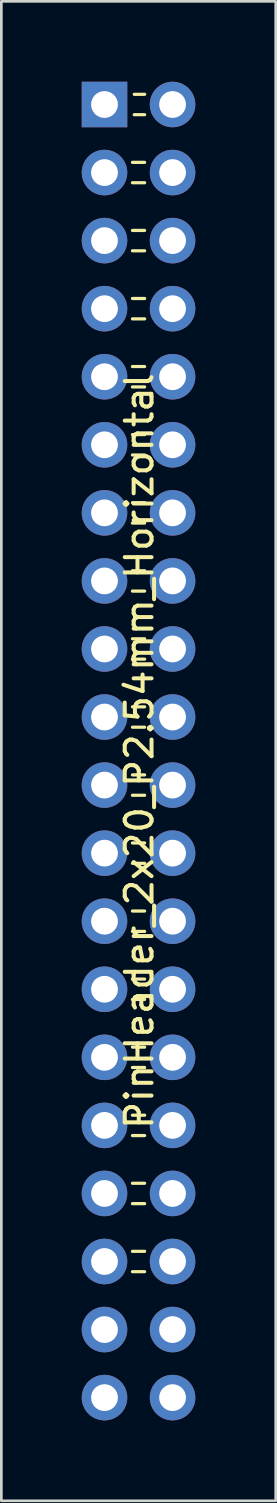
<source format=kicad_pcb>
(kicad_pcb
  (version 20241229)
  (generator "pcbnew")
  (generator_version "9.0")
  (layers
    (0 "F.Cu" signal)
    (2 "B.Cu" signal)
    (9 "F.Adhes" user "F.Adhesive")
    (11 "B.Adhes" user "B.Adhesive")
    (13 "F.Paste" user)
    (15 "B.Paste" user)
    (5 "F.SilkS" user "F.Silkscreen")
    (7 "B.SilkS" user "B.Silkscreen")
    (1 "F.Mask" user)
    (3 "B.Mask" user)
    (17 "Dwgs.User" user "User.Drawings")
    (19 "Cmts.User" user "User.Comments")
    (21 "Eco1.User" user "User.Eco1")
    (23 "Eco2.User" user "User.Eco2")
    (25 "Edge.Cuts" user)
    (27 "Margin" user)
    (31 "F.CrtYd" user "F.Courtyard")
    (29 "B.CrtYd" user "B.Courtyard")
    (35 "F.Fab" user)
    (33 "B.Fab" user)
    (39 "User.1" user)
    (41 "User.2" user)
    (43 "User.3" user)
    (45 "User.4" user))
  (footprint "PinHeader_2x20_P2.54mm_Horizontal"
    (layer "F.Cu")
    (at 2.15 24.95)
    (property "Reference" "PinHeader_2x20_P2.54mm_Horizontal" (at 0 0.03 90) (layer "F.SilkS") (effects (font (size 1 1) (thickness 0.15))))
    (attr through_hole)
    (fp_line (start -0.257 -21.94) (end 0.197 -21.94) (stroke (width 0.12) (type solid)) (layer "F.SilkS"))
    (fp_line (start -0.257 -21.18) (end 0.197 -21.18) (stroke (width 0.12) (type solid)) (layer "F.SilkS"))
    (fp_line (start -0.257 -19.4) (end 0.197 -19.4) (stroke (width 0.12) (type solid)) (layer "F.SilkS"))
    (fp_line (start -0.257 -18.64) (end 0.197 -18.64) (stroke (width 0.12) (type solid)) (layer "F.SilkS"))
    (fp_line (start -0.257 -16.86) (end 0.197 -16.86) (stroke (width 0.12) (type solid)) (layer "F.SilkS"))
    (fp_line (start -0.257 -16.1) (end 0.197 -16.1) (stroke (width 0.12) (type solid)) (layer "F.SilkS"))
    (fp_line (start -0.257 -14.32) (end 0.197 -14.32) (stroke (width 0.12) (type solid)) (layer "F.SilkS"))
    (fp_line (start -0.257 -13.56) (end 0.197 -13.56) (stroke (width 0.12) (type solid)) (layer "F.SilkS"))
    (fp_line (start -0.257 -11.78) (end 0.197 -11.78) (stroke (width 0.12) (type solid)) (layer "F.SilkS"))
    (fp_line (start -0.257 -11.02) (end 0.197 -11.02) (stroke (width 0.12) (type solid)) (layer "F.SilkS"))
    (fp_line (start -0.257 -9.24) (end 0.197 -9.24) (stroke (width 0.12) (type solid)) (layer "F.SilkS"))
    (fp_line (start -0.257 -8.48) (end 0.197 -8.48) (stroke (width 0.12) (type solid)) (layer "F.SilkS"))
    (fp_line (start -0.257 -6.7) (end 0.197 -6.7) (stroke (width 0.12) (type solid)) (layer "F.SilkS"))
    (fp_line (start -0.257 -5.94) (end 0.197 -5.94) (stroke (width 0.12) (type solid)) (layer "F.SilkS"))
    (fp_line (start -0.257 -4.16) (end 0.197 -4.16) (stroke (width 0.12) (type solid)) (layer "F.SilkS"))
    (fp_line (start -0.257 -3.4) (end 0.197 -3.4) (stroke (width 0.12) (type solid)) (layer "F.SilkS"))
    (fp_line (start -0.257 -1.62) (end 0.197 -1.62) (stroke (width 0.12) (type solid)) (layer "F.SilkS"))
    (fp_line (start -0.257 -0.86) (end 0.197 -0.86) (stroke (width 0.12) (type solid)) (layer "F.SilkS"))
    (fp_line (start -0.257 0.92) (end 0.197 0.92) (stroke (width 0.12) (type solid)) (layer "F.SilkS"))
    (fp_line (start -0.257 1.68) (end 0.197 1.68) (stroke (width 0.12) (type solid)) (layer "F.SilkS"))
    (fp_line (start -0.257 3.46) (end 0.197 3.46) (stroke (width 0.12) (type solid)) (layer "F.SilkS"))
    (fp_line (start -0.257 4.22) (end 0.197 4.22) (stroke (width 0.12) (type solid)) (layer "F.SilkS"))
    (fp_line (start -0.257 6) (end 0.197 6) (stroke (width 0.12) (type solid)) (layer "F.SilkS"))
    (fp_line (start -0.257 6.76) (end 0.197 6.76) (stroke (width 0.12) (type solid)) (layer "F.SilkS"))
    (fp_line (start -0.257 8.54) (end 0.197 8.54) (stroke (width 0.12) (type solid)) (layer "F.SilkS"))
    (fp_line (start -0.257 9.3) (end 0.197 9.3) (stroke (width 0.12) (type solid)) (layer "F.SilkS"))
    (fp_line (start -0.257 11.08) (end 0.197 11.08) (stroke (width 0.12) (type solid)) (layer "F.SilkS"))
    (fp_line (start -0.257 11.84) (end 0.197 11.84) (stroke (width 0.12) (type solid)) (layer "F.SilkS"))
    (fp_line (start -0.257 13.62) (end 0.197 13.62) (stroke (width 0.12) (type solid)) (layer "F.SilkS"))
    (fp_line (start -0.257 14.38) (end 0.197 14.38) (stroke (width 0.12) (type solid)) (layer "F.SilkS"))
    (fp_line (start -0.257 16.16) (end 0.197 16.16) (stroke (width 0.12) (type solid)) (layer "F.SilkS"))
    (fp_line (start -0.257 16.92) (end 0.197 16.92) (stroke (width 0.12) (type solid)) (layer "F.SilkS"))
    (fp_line (start -0.257 18.7) (end 0.197 18.7) (stroke (width 0.12) (type solid)) (layer "F.SilkS"))
    (fp_line (start -0.257 19.46) (end 0.197 19.46) (stroke (width 0.12) (type solid)) (layer "F.SilkS"))
    (fp_line (start -0.19 -24.48) (end 0.197 -24.48) (stroke (width 0.12) (type solid)) (layer "F.SilkS"))
    (fp_line (start -0.19 -23.72) (end 0.197 -23.72) (stroke (width 0.12) (type solid)) (layer "F.SilkS"))
    (fp_line (start -1.62 -24.42) (end -1.62 -23.78) (stroke (width 0.1) (type solid)) (layer "F.Fab"))
    (fp_line (start -1.62 -21.88) (end -1.62 -21.24) (stroke (width 0.1) (type solid)) (layer "F.Fab"))
    (fp_line (start -1.62 -19.34) (end -1.62 -18.7) (stroke (width 0.1) (type solid)) (layer "F.Fab"))
    (fp_line (start -1.62 -16.8) (end -1.62 -16.16) (stroke (width 0.1) (type solid)) (layer "F.Fab"))
    (fp_line (start -1.62 -14.26) (end -1.62 -13.62) (stroke (width 0.1) (type solid)) (layer "F.Fab"))
    (fp_line (start -1.62 -11.72) (end -1.62 -11.08) (stroke (width 0.1) (type solid)) (layer "F.Fab"))
    (fp_line (start -1.62 -9.18) (end -1.62 -8.54) (stroke (width 0.1) (type solid)) (layer "F.Fab"))
    (fp_line (start -1.62 -6.64) (end -1.62 -6) (stroke (width 0.1) (type solid)) (layer "F.Fab"))
    (fp_line (start -1.62 -4.1) (end -1.62 -3.46) (stroke (width 0.1) (type solid)) (layer "F.Fab"))
    (fp_line (start -1.62 -1.56) (end -1.62 -0.92) (stroke (width 0.1) (type solid)) (layer "F.Fab"))
    (fp_line (start -1.62 0.98) (end -1.62 1.62) (stroke (width 0.1) (type solid)) (layer "F.Fab"))
    (fp_line (start -1.62 3.52) (end -1.62 4.16) (stroke (width 0.1) (type solid)) (layer "F.Fab"))
    (fp_line (start -1.62 6.06) (end -1.62 6.7) (stroke (width 0.1) (type solid)) (layer "F.Fab"))
    (fp_line (start -1.62 8.6) (end -1.62 9.24) (stroke (width 0.1) (type solid)) (layer "F.Fab"))
    (fp_line (start -1.62 11.14) (end -1.62 11.78) (stroke (width 0.1) (type solid)) (layer "F.Fab"))
    (fp_line (start -1.62 13.68) (end -1.62 14.32) (stroke (width 0.1) (type solid)) (layer "F.Fab"))
    (fp_line (start -1.62 16.22) (end -1.62 16.86) (stroke (width 0.1) (type solid)) (layer "F.Fab"))
    (fp_line (start -1.62 18.76) (end -1.62 19.4) (stroke (width 0.1) (type solid)) (layer "F.Fab"))
    (fp_line (start -1.62 21.3) (end -1.62 21.94) (stroke (width 0.1) (type solid)) (layer "F.Fab"))
    (fp_line (start -1.62 23.84) (end -1.62 24.48) (stroke (width 0.1) (type solid)) (layer "F.Fab"))
    (pad "1" thru_hole rect (at -1.3 -24.1) (size 1.7 1.7) (drill 1) (layers "*.Cu" "*.Mask"))
    (pad "2" thru_hole oval (at 1.24 -24.1) (size 1.7 1.7) (drill 1) (layers "*.Cu" "*.Mask"))
    (pad "3" thru_hole oval (at -1.3 -21.56) (size 1.7 1.7) (drill 1) (layers "*.Cu" "*.Mask"))
    (pad "4" thru_hole oval (at 1.24 -21.56) (size 1.7 1.7) (drill 1) (layers "*.Cu" "*.Mask"))
    (pad "5" thru_hole oval (at -1.3 -19.02) (size 1.7 1.7) (drill 1) (layers "*.Cu" "*.Mask"))
    (pad "6" thru_hole oval (at 1.24 -19.02) (size 1.7 1.7) (drill 1) (layers "*.Cu" "*.Mask"))
    (pad "7" thru_hole oval (at -1.3 -16.48) (size 1.7 1.7) (drill 1) (layers "*.Cu" "*.Mask"))
    (pad "8" thru_hole oval (at 1.24 -16.48) (size 1.7 1.7) (drill 1) (layers "*.Cu" "*.Mask"))
    (pad "9" thru_hole oval (at -1.3 -13.94) (size 1.7 1.7) (drill 1) (layers "*.Cu" "*.Mask"))
    (pad "10" thru_hole oval (at 1.24 -13.94) (size 1.7 1.7) (drill 1) (layers "*.Cu" "*.Mask"))
    (pad "11" thru_hole oval (at -1.3 -11.4) (size 1.7 1.7) (drill 1) (layers "*.Cu" "*.Mask"))
    (pad "12" thru_hole oval (at 1.24 -11.4) (size 1.7 1.7) (drill 1) (layers "*.Cu" "*.Mask"))
    (pad "13" thru_hole oval (at -1.3 -8.86) (size 1.7 1.7) (drill 1) (layers "*.Cu" "*.Mask"))
    (pad "14" thru_hole oval (at 1.24 -8.86) (size 1.7 1.7) (drill 1) (layers "*.Cu" "*.Mask"))
    (pad "15" thru_hole oval (at -1.3 -6.32) (size 1.7 1.7) (drill 1) (layers "*.Cu" "*.Mask"))
    (pad "16" thru_hole oval (at 1.24 -6.32) (size 1.7 1.7) (drill 1) (layers "*.Cu" "*.Mask"))
    (pad "17" thru_hole oval (at -1.3 -3.78) (size 1.7 1.7) (drill 1) (layers "*.Cu" "*.Mask"))
    (pad "18" thru_hole oval (at 1.24 -3.78) (size 1.7 1.7) (drill 1) (layers "*.Cu" "*.Mask"))
    (pad "19" thru_hole oval (at -1.3 -1.24) (size 1.7 1.7) (drill 1) (layers "*.Cu" "*.Mask"))
    (pad "20" thru_hole oval (at 1.24 -1.24) (size 1.7 1.7) (drill 1) (layers "*.Cu" "*.Mask"))
    (pad "21" thru_hole oval (at -1.3 1.3) (size 1.7 1.7) (drill 1) (layers "*.Cu" "*.Mask"))
    (pad "22" thru_hole oval (at 1.24 1.3) (size 1.7 1.7) (drill 1) (layers "*.Cu" "*.Mask"))
    (pad "23" thru_hole oval (at -1.3 3.84) (size 1.7 1.7) (drill 1) (layers "*.Cu" "*.Mask"))
    (pad "24" thru_hole oval (at 1.24 3.84) (size 1.7 1.7) (drill 1) (layers "*.Cu" "*.Mask"))
    (pad "25" thru_hole oval (at -1.3 6.38) (size 1.7 1.7) (drill 1) (layers "*.Cu" "*.Mask"))
    (pad "26" thru_hole oval (at 1.24 6.38) (size 1.7 1.7) (drill 1) (layers "*.Cu" "*.Mask"))
    (pad "27" thru_hole oval (at -1.3 8.92) (size 1.7 1.7) (drill 1) (layers "*.Cu" "*.Mask"))
    (pad "28" thru_hole oval (at 1.24 8.92) (size 1.7 1.7) (drill 1) (layers "*.Cu" "*.Mask"))
    (pad "29" thru_hole oval (at -1.3 11.46) (size 1.7 1.7) (drill 1) (layers "*.Cu" "*.Mask"))
    (pad "30" thru_hole oval (at 1.24 11.46) (size 1.7 1.7) (drill 1) (layers "*.Cu" "*.Mask"))
    (pad "31" thru_hole oval (at -1.3 14) (size 1.7 1.7) (drill 1) (layers "*.Cu" "*.Mask"))
    (pad "32" thru_hole oval (at 1.24 14) (size 1.7 1.7) (drill 1) (layers "*.Cu" "*.Mask"))
    (pad "33" thru_hole oval (at -1.3 16.54) (size 1.7 1.7) (drill 1) (layers "*.Cu" "*.Mask"))
    (pad "34" thru_hole oval (at 1.24 16.54) (size 1.7 1.7) (drill 1) (layers "*.Cu" "*.Mask"))
    (pad "35" thru_hole oval (at -1.3 19.08) (size 1.7 1.7) (drill 1) (layers "*.Cu" "*.Mask"))
    (pad "36" thru_hole oval (at 1.24 19.08) (size 1.7 1.7) (drill 1) (layers "*.Cu" "*.Mask"))
    (pad "37" thru_hole oval (at -1.3 21.62) (size 1.7 1.7) (drill 1) (layers "*.Cu" "*.Mask"))
    (pad "38" thru_hole oval (at 1.24 21.62) (size 1.7 1.7) (drill 1) (layers "*.Cu" "*.Mask"))
    (pad "39" thru_hole oval (at -1.3 24.16) (size 1.7 1.7) (drill 1) (layers "*.Cu" "*.Mask"))
    (pad "40" thru_hole oval (at 1.24 24.16) (size 1.7 1.7) (drill 1) (layers "*.Cu" "*.Mask")))
  (gr_rect
    (start -3 -3)
    (end 7.24 52.96)
    (stroke (width 0.1) (type default))
    (fill no)
    (layer "Edge.Cuts")))
</source>
